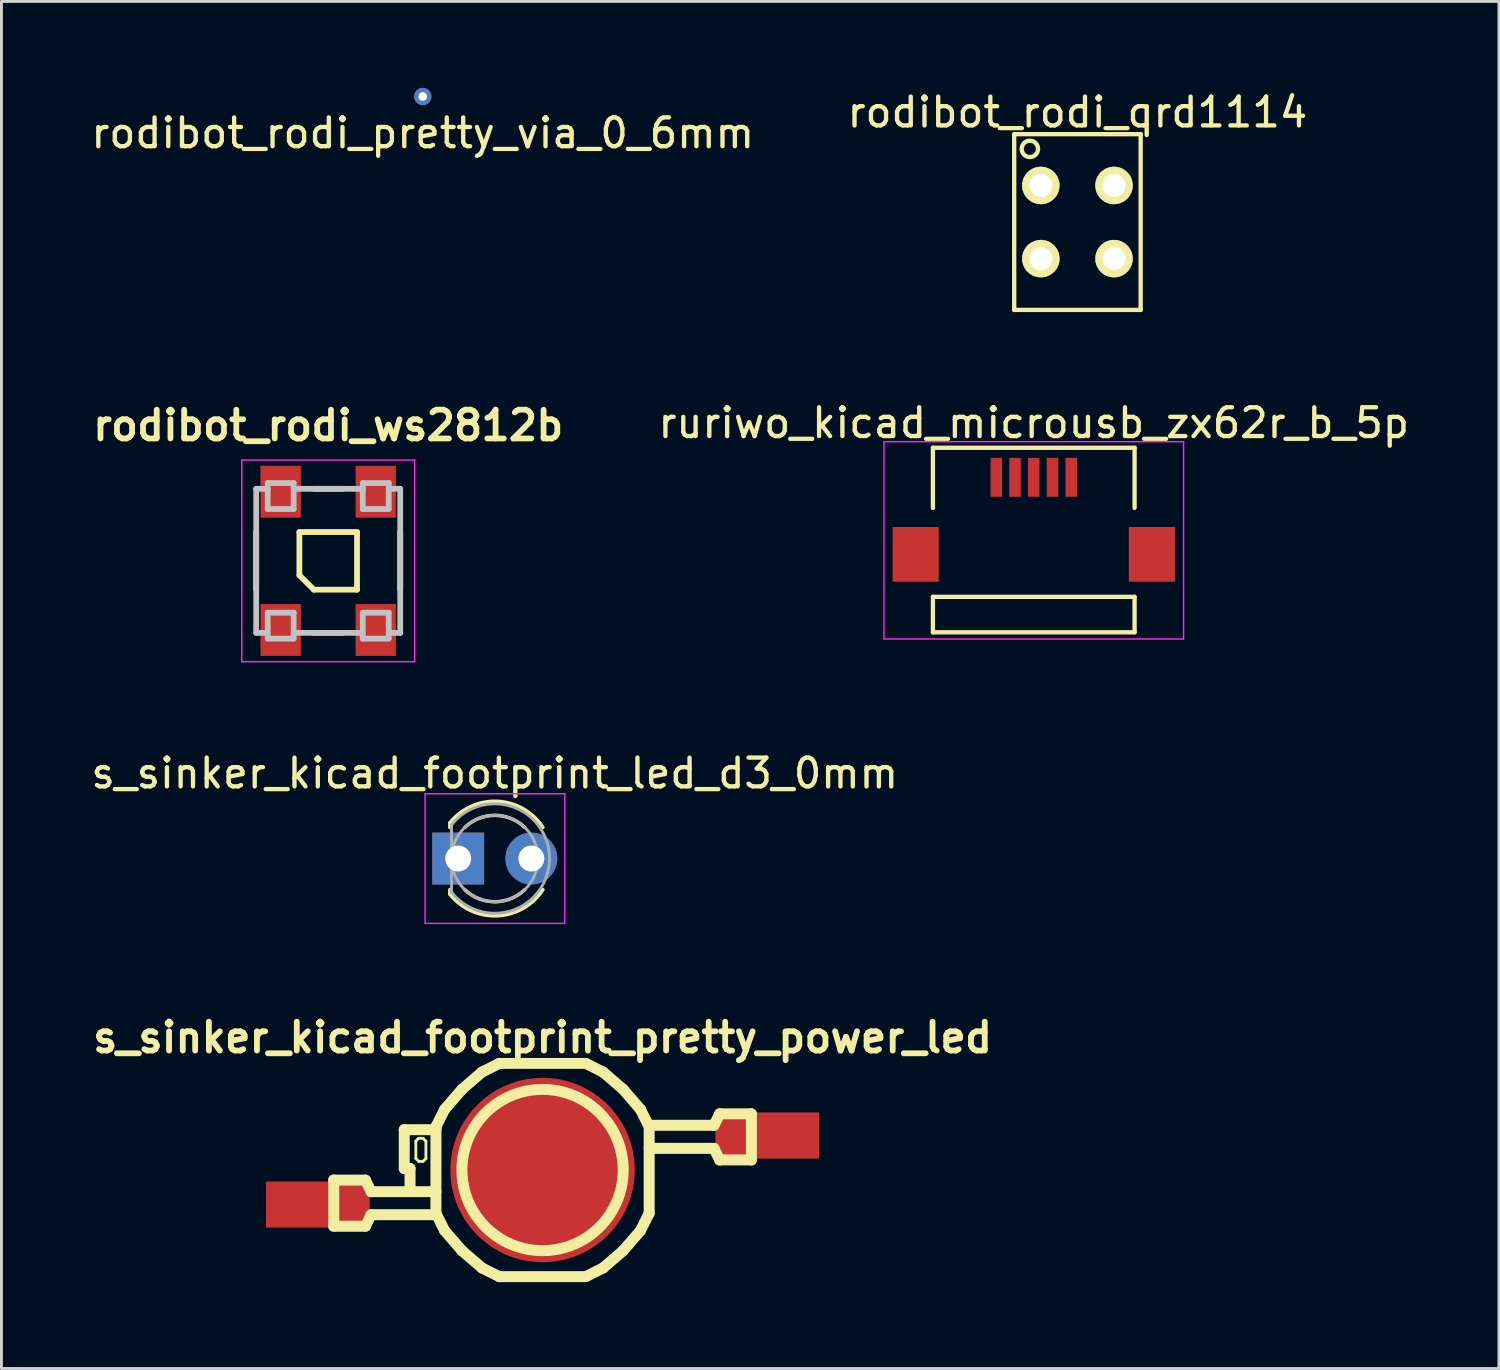
<source format=kicad_pcb>
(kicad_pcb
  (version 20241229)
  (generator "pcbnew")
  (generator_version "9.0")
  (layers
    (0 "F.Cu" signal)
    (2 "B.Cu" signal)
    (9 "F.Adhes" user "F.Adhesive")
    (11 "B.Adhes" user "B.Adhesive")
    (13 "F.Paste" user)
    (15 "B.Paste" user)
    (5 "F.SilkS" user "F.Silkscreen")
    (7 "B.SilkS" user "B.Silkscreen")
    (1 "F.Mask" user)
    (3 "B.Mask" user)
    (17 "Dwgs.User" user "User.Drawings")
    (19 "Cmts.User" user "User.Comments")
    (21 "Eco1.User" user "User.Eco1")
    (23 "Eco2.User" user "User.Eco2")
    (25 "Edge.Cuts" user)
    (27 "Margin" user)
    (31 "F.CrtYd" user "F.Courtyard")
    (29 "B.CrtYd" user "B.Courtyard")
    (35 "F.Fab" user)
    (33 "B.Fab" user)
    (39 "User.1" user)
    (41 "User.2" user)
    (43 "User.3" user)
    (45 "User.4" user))
  (footprint "rodibot_rodi_ws2812b"
    (layer "F.Cu")
    (at 8.343 16.419)
    (property "Reference" "rodibot_rodi_ws2812b" (at 0 -4.7 0) (layer "F.SilkS") (effects (font (size 1 1) (thickness 0.2))))
    (attr through_hole)
    (fp_line (start -2.5 -1) (end -2.5 1) (stroke (width 0.2) (type solid)) (layer "F.SilkS"))
    (fp_line (start -1 -1) (end 1 -1) (stroke (width 0.2) (type solid)) (layer "F.SilkS"))
    (fp_line (start -1 0.5) (end -1 -1) (stroke (width 0.2) (type solid)) (layer "F.SilkS"))
    (fp_line (start -0.5 -2.5) (end 0.5 -2.5) (stroke (width 0.2) (type solid)) (layer "F.SilkS"))
    (fp_line (start -0.5 1) (end -1 0.5) (stroke (width 0.2) (type solid)) (layer "F.SilkS"))
    (fp_line (start -0.5 2.5) (end 0.5 2.5) (stroke (width 0.2) (type solid)) (layer "F.SilkS"))
    (fp_line (start 1 -1) (end 1 1) (stroke (width 0.2) (type solid)) (layer "F.SilkS"))
    (fp_line (start 1 1) (end -0.5 1) (stroke (width 0.2) (type solid)) (layer "F.SilkS"))
    (fp_line (start 2.5 -1) (end 2.5 1) (stroke (width 0.2) (type solid)) (layer "F.SilkS"))
    (fp_line (start -2.5 -2.5) (end -2.1 -2.5) (stroke (width 0.2) (type solid)) (layer "Dwgs.User"))
    (fp_line (start -2.5 2.5) (end -2.1 2.5) (stroke (width 0.2) (type solid)) (layer "Dwgs.User"))
    (fp_line (start -2.499 2.499) (end -2.499 -2.499) (stroke (width 0.2) (type solid)) (layer "Dwgs.User"))
    (fp_line (start -2.1 -2.7) (end -1.2 -2.7) (stroke (width 0.2) (type solid)) (layer "Dwgs.User"))
    (fp_line (start -2.1 -1.8) (end -2.1 -2.7) (stroke (width 0.2) (type solid)) (layer "Dwgs.User"))
    (fp_line (start -2.1 1.8) (end -1.2 1.8) (stroke (width 0.2) (type solid)) (layer "Dwgs.User"))
    (fp_line (start -2.1 2.7) (end -2.1 1.8) (stroke (width 0.2) (type solid)) (layer "Dwgs.User"))
    (fp_line (start -1.2 -2.7) (end -1.2 -1.8) (stroke (width 0.2) (type solid)) (layer "Dwgs.User"))
    (fp_line (start -1.2 -2.5) (end 1.2 -2.5) (stroke (width 0.2) (type solid)) (layer "Dwgs.User"))
    (fp_line (start -1.2 -1.8) (end -2.1 -1.8) (stroke (width 0.2) (type solid)) (layer "Dwgs.User"))
    (fp_line (start -1.2 1.8) (end -1.2 2.7) (stroke (width 0.2) (type solid)) (layer "Dwgs.User"))
    (fp_line (start -1.2 2.5) (end 1.2 2.5) (stroke (width 0.2) (type solid)) (layer "Dwgs.User"))
    (fp_line (start -1.2 2.7) (end -2.1 2.7) (stroke (width 0.2) (type solid)) (layer "Dwgs.User"))
    (fp_line (start 1.2 -2.7) (end 1.2 -1.8) (stroke (width 0.2) (type solid)) (layer "Dwgs.User"))
    (fp_line (start 1.2 -1.8) (end 2.1 -1.8) (stroke (width 0.2) (type solid)) (layer "Dwgs.User"))
    (fp_line (start 1.2 1.8) (end 2.1 1.8) (stroke (width 0.2) (type solid)) (layer "Dwgs.User"))
    (fp_line (start 1.2 2.7) (end 1.2 1.8) (stroke (width 0.2) (type solid)) (layer "Dwgs.User"))
    (fp_line (start 2.1 -2.7) (end 1.2 -2.7) (stroke (width 0.2) (type solid)) (layer "Dwgs.User"))
    (fp_line (start 2.1 -2.5) (end 2.5 -2.5) (stroke (width 0.2) (type solid)) (layer "Dwgs.User"))
    (fp_line (start 2.1 -1.8) (end 2.1 -2.7) (stroke (width 0.2) (type solid)) (layer "Dwgs.User"))
    (fp_line (start 2.1 1.8) (end 2.1 2.7) (stroke (width 0.2) (type solid)) (layer "Dwgs.User"))
    (fp_line (start 2.1 2.5) (end 2.5 2.5) (stroke (width 0.2) (type solid)) (layer "Dwgs.User"))
    (fp_line (start 2.1 2.7) (end 1.2 2.7) (stroke (width 0.2) (type solid)) (layer "Dwgs.User"))
    (fp_line (start 2.5 -2.5) (end 2.5 2.5) (stroke (width 0.2) (type solid)) (layer "Dwgs.User"))
    (fp_line (start -3 -3.5) (end -3 3.5) (stroke (width 0.05) (type solid)) (layer "F.CrtYd"))
    (fp_line (start -3 3.5) (end 3 3.5) (stroke (width 0.05) (type solid)) (layer "F.CrtYd"))
    (fp_line (start 3 -3.5) (end -3 -3.5) (stroke (width 0.05) (type solid)) (layer "F.CrtYd"))
    (fp_line (start 3 3.5) (end 3 -3.5) (stroke (width 0.05) (type solid)) (layer "F.CrtYd"))
    (pad "1" smd rect (at 1.65 -2.4) (size 1.4 1.8) (layers "F.Cu" "F.Mask" "F.Paste"))
    (pad "2" smd rect (at -1.65 -2.4) (size 1.4 1.8) (layers "F.Cu" "F.Mask" "F.Paste"))
    (pad "3" smd rect (at -1.65 2.4) (size 1.4 1.8) (layers "F.Cu" "F.Mask" "F.Paste"))
    (pad "4" smd rect (at 1.65 2.4) (size 1.4 1.8) (layers "F.Cu" "F.Mask" "F.Paste")))
  (footprint "rodibot_rodi_pretty_via_0_6mm"
    (layer "F.Cu")
    (at 11.625 0.3)
    (property "Reference" "rodibot_rodi_pretty_via_0_6mm" (at 0 1.27 0) (layer "F.SilkS") (effects (font (size 1 1) (thickness 0.15))))
    (attr through_hole)
    (pad "1" thru_hole circle (at 0 0) (size 0.6 0.6) (drill 0.3) (layers "*.Cu")))
  (footprint "ruriwo_kicad_microusb_zx62r_b_5p"
    (layer "F.Cu")
    (at 32.835 15.082)
    (property "Reference" "ruriwo_kicad_microusb_zx62r_b_5p" (at 0 -3.45 0) (layer "F.SilkS") (effects (font (size 1 1) (thickness 0.15))))
    (attr smd)
    (fp_line (start -3.5 -2.588) (end -3.5 -0.5) (stroke (width 0.15) (type solid)) (layer "F.SilkS"))
    (fp_line (start -3.5 -2.588) (end 3.5 -2.588) (stroke (width 0.15) (type solid)) (layer "F.SilkS"))
    (fp_line (start -3.5 3.817) (end -3.5 2.587) (stroke (width 0.15) (type solid)) (layer "F.SilkS"))
    (fp_line (start -3.5 3.817) (end 3.5 3.817) (stroke (width 0.15) (type solid)) (layer "F.SilkS"))
    (fp_line (start 3.5 -2.588) (end 3.5 -0.5) (stroke (width 0.15) (type solid)) (layer "F.SilkS"))
    (fp_line (start 3.5 2.587) (end -3.5 2.587) (stroke (width 0.15) (type solid)) (layer "F.SilkS"))
    (fp_line (start 3.5 2.587) (end 3.5 3.817) (stroke (width 0.15) (type solid)) (layer "F.SilkS"))
    (fp_line (start -5.2 -2.8) (end 5.2 -2.8) (stroke (width 0.05) (type solid)) (layer "F.CrtYd"))
    (fp_line (start -5.2 4.05) (end -5.2 -2.8) (stroke (width 0.05) (type solid)) (layer "F.CrtYd"))
    (fp_line (start 5.2 -2.8) (end 5.2 4.05) (stroke (width 0.05) (type solid)) (layer "F.CrtYd"))
    (fp_line (start 5.2 4.05) (end -5.2 4.05) (stroke (width 0.05) (type solid)) (layer "F.CrtYd"))
    (pad "1" smd rect (at 1.301 -1.563 90) (size 1.35 0.4) (layers "F.Cu" "F.Mask" "F.Paste"))
    (pad "2" smd rect (at 0.651 -1.563 90) (size 1.35 0.4) (layers "F.Cu" "F.Mask" "F.Paste"))
    (pad "3" smd rect (at -0.001 -1.563 90) (size 1.35 0.4) (layers "F.Cu" "F.Mask" "F.Paste"))
    (pad "4" smd rect (at -0.649 -1.563 90) (size 1.35 0.4) (layers "F.Cu" "F.Mask" "F.Paste"))
    (pad "5" smd rect (at -1.299 -1.563 90) (size 1.35 0.4) (layers "F.Cu" "F.Mask" "F.Paste"))
    (pad "6" smd rect (at -4.1 1.112 180) (size 1.6 1.9) (layers "F.Cu" "F.Mask" "F.Paste"))
    (pad "6" smd rect (at 4.1 1.112 180) (size 1.6 1.9) (layers "F.Cu" "F.Mask" "F.Paste")))
  (footprint "rodibot_rodi_qrd1114"
    (layer "F.Cu")
    (at 34.351 4.658)
    (property "Reference" "rodibot_rodi_qrd1114" (at 0 -3.81 0) (layer "F.SilkS") (effects (font (size 1 1) (thickness 0.15))))
    (attr through_hole)
    (fp_line (start -2.195 -3.05) (end -2.195 3.05) (stroke (width 0.15) (type solid)) (layer "F.SilkS"))
    (fp_line (start -2.195 -3.05) (end 2.195 -3.05) (stroke (width 0.15) (type solid)) (layer "F.SilkS"))
    (fp_line (start -2.195 3.05) (end 2.195 3.05) (stroke (width 0.15) (type solid)) (layer "F.SilkS"))
    (fp_line (start 2.195 -3.05) (end 2.195 3.05) (stroke (width 0.15) (type solid)) (layer "F.SilkS"))
    (fp_circle (center -1.651 -2.54) (end -1.524 -2.286) (stroke (width 0.15) (type solid)) (fill no) (layer "F.SilkS"))
    (pad "A" thru_hole circle (at 1.27 1.27) (size 1.3 1.3) (drill 0.8) (layers "*.Cu" "*.Mask" "F.SilkS"))
    (pad "C" thru_hole circle (at -1.27 -1.27) (size 1.3 1.3) (drill 0.8) (layers "*.Cu" "*.Mask" "F.SilkS"))
    (pad "E" thru_hole circle (at -1.27 1.27) (size 1.3 1.3) (drill 0.8) (layers "*.Cu" "*.Mask" "F.SilkS"))
    (pad "K" thru_hole circle (at 1.27 -1.27) (size 1.3 1.3) (drill 0.8) (layers "*.Cu" "*.Mask" "F.SilkS")))
  (footprint "s_sinker_kicad_footprint_led_d3_0mm"
    (layer "F.Cu")
    (at 12.855 26.753)
    (property "Reference" "s_sinker_kicad_footprint_led_d3_0mm" (at 1.27 -2.96 0) (layer "F.SilkS") (effects (font (size 1 1) (thickness 0.15))))
    (attr through_hole)
    (fp_line (start -0.29 -1.236) (end -0.29 -1.08) (stroke (width 0.12) (type solid)) (layer "F.SilkS"))
    (fp_line (start -0.29 1.08) (end -0.29 1.236) (stroke (width 0.12) (type solid)) (layer "F.SilkS"))
    (fp_arc (start -0.29 -1.235516) (mid 1.366487 -1.987659) (end 2.942335 -1.078608) (stroke (width 0.12) (type solid)) (layer "F.SilkS"))
    (fp_arc (start 0.229039 -1.08) (mid 1.270117 -1.5) (end 2.31113 -1.079837) (stroke (width 0.12) (type solid)) (layer "F.SilkS"))
    (fp_arc (start 2.31113 1.079837) (mid 1.270117 1.5) (end 0.229039 1.08) (stroke (width 0.12) (type solid)) (layer "F.SilkS"))
    (fp_arc (start 2.942335 1.078608) (mid 1.366487 1.987659) (end -0.29 1.235516) (stroke (width 0.12) (type solid)) (layer "F.SilkS"))
    (fp_line (start -1.15 -2.25) (end -1.15 2.25) (stroke (width 0.05) (type solid)) (layer "F.CrtYd"))
    (fp_line (start -1.15 2.25) (end 3.7 2.25) (stroke (width 0.05) (type solid)) (layer "F.CrtYd"))
    (fp_line (start 3.7 -2.25) (end -1.15 -2.25) (stroke (width 0.05) (type solid)) (layer "F.CrtYd"))
    (fp_line (start 3.7 2.25) (end 3.7 -2.25) (stroke (width 0.05) (type solid)) (layer "F.CrtYd"))
    (fp_line (start -0.23 -1.166) (end -0.23 1.166) (stroke (width 0.1) (type solid)) (layer "F.Fab"))
    (fp_arc (start -0.23 -1.16619) (mid 3.17 0.000452) (end -0.230555 1.165476) (stroke (width 0.1) (type solid)) (layer "F.Fab"))
    (fp_circle (center 1.27 0) (end 2.77 0) (stroke (width 0.1) (type solid)) (fill no) (layer "F.Fab"))
    (pad "1" thru_hole rect (at 0 0) (size 1.8 1.8) (drill 0.9) (layers "*.Cu" "*.Mask"))
    (pad "2" thru_hole circle (at 2.54 0) (size 1.8 1.8) (drill 0.9) (layers "*.Cu" "*.Mask")))
  (footprint "s_sinker_kicad_footprint_pretty_power_led"
    (layer "F.Cu")
    (at 15.784 37.565)
    (property "Reference" "s_sinker_kicad_footprint_pretty_power_led" (at 0 -4.6 0) (layer "F.SilkS") (effects (font (size 1.001 1.001) (thickness 0.201))))
    (attr through_hole)
    (fp_line (start -7.249 0.351) (end -6.149 0.351) (stroke (width 0.381) (type solid)) (layer "F.SilkS"))
    (fp_line (start -7.249 1.948) (end -7.249 0.348) (stroke (width 0.381) (type solid)) (layer "F.SilkS"))
    (fp_line (start -7.249 1.951) (end -6.149 1.951) (stroke (width 0.381) (type solid)) (layer "F.SilkS"))
    (fp_line (start -5.951 0.752) (end -6.149 0.351) (stroke (width 0.381) (type solid)) (layer "F.SilkS"))
    (fp_line (start -5.951 0.752) (end -3.701 0.752) (stroke (width 0.381) (type solid)) (layer "F.SilkS"))
    (fp_line (start -5.951 1.552) (end -6.149 1.951) (stroke (width 0.381) (type solid)) (layer "F.SilkS"))
    (fp_line (start -5.951 1.552) (end -3.701 1.552) (stroke (width 0.381) (type solid)) (layer "F.SilkS"))
    (fp_line (start -4.801 -1.4) (end -4.801 -0.051) (stroke (width 0.381) (type solid)) (layer "F.SilkS"))
    (fp_line (start -4.801 -0.051) (end -4.6 -0.051) (stroke (width 0.381) (type solid)) (layer "F.SilkS"))
    (fp_line (start -4.6 -0.051) (end -4.6 0.701) (stroke (width 0.381) (type solid)) (layer "F.SilkS"))
    (fp_line (start -4.399 -1.001) (end -4.399 -0.399) (stroke (width 0.099) (type solid)) (layer "F.SilkS"))
    (fp_line (start -4.399 -0.399) (end -4.3 -0.3) (stroke (width 0.099) (type solid)) (layer "F.SilkS"))
    (fp_line (start -4.3 -1.1) (end -4.399 -1.001) (stroke (width 0.099) (type solid)) (layer "F.SilkS"))
    (fp_line (start -4.3 -0.3) (end -4.15 -0.3) (stroke (width 0.099) (type solid)) (layer "F.SilkS"))
    (fp_line (start -4.15 -1.1) (end -4.3 -1.1) (stroke (width 0.099) (type solid)) (layer "F.SilkS"))
    (fp_line (start -4.15 -0.3) (end -4.049 -0.399) (stroke (width 0.099) (type solid)) (layer "F.SilkS"))
    (fp_line (start -4.049 -1.001) (end -4.15 -1.1) (stroke (width 0.099) (type solid)) (layer "F.SilkS"))
    (fp_line (start -4.049 -0.399) (end -4.049 -1.001) (stroke (width 0.099) (type solid)) (layer "F.SilkS"))
    (fp_line (start -3.701 -1.501) (end -3.401 -2.101) (stroke (width 0.381) (type solid)) (layer "F.SilkS"))
    (fp_line (start -3.701 -1.4) (end -4.801 -1.4) (stroke (width 0.381) (type solid)) (layer "F.SilkS"))
    (fp_line (start -3.701 1.501) (end -3.701 -1.501) (stroke (width 0.381) (type solid)) (layer "F.SilkS"))
    (fp_line (start -3.701 1.501) (end -3.401 2.101) (stroke (width 0.381) (type solid)) (layer "F.SilkS"))
    (fp_line (start -3.401 -2.101) (end -2.799 -2.799) (stroke (width 0.381) (type solid)) (layer "F.SilkS"))
    (fp_line (start -2.799 -2.799) (end -2.101 -3.401) (stroke (width 0.381) (type solid)) (layer "F.SilkS"))
    (fp_line (start -2.799 2.799) (end -3.401 2.101) (stroke (width 0.381) (type solid)) (layer "F.SilkS"))
    (fp_line (start -2.101 -3.401) (end -1.501 -3.701) (stroke (width 0.381) (type solid)) (layer "F.SilkS"))
    (fp_line (start -2.101 3.401) (end -2.799 2.799) (stroke (width 0.381) (type solid)) (layer "F.SilkS"))
    (fp_line (start -1.501 -3.701) (end 1.501 -3.701) (stroke (width 0.381) (type solid)) (layer "F.SilkS"))
    (fp_line (start -1.501 3.701) (end -2.101 3.401) (stroke (width 0.381) (type solid)) (layer "F.SilkS"))
    (fp_line (start 1.501 -3.701) (end 2.101 -3.401) (stroke (width 0.381) (type solid)) (layer "F.SilkS"))
    (fp_line (start 1.501 3.701) (end -1.501 3.701) (stroke (width 0.381) (type solid)) (layer "F.SilkS"))
    (fp_line (start 1.501 3.701) (end 2.101 3.401) (stroke (width 0.381) (type solid)) (layer "F.SilkS"))
    (fp_line (start 2.101 -3.401) (end 2.799 -2.799) (stroke (width 0.381) (type solid)) (layer "F.SilkS"))
    (fp_line (start 2.799 -2.799) (end 3.401 -2.101) (stroke (width 0.381) (type solid)) (layer "F.SilkS"))
    (fp_line (start 2.799 2.799) (end 2.101 3.401) (stroke (width 0.381) (type solid)) (layer "F.SilkS"))
    (fp_line (start 3.401 2.101) (end 2.799 2.799) (stroke (width 0.381) (type solid)) (layer "F.SilkS"))
    (fp_line (start 3.701 -1.552) (end 5.951 -1.552) (stroke (width 0.381) (type solid)) (layer "F.SilkS"))
    (fp_line (start 3.701 -1.501) (end 3.401 -2.101) (stroke (width 0.381) (type solid)) (layer "F.SilkS"))
    (fp_line (start 3.701 -1.501) (end 3.701 1.501) (stroke (width 0.381) (type solid)) (layer "F.SilkS"))
    (fp_line (start 3.701 1.501) (end 3.401 2.101) (stroke (width 0.381) (type solid)) (layer "F.SilkS"))
    (fp_line (start 5.951 -0.752) (end 3.701 -0.752) (stroke (width 0.381) (type solid)) (layer "F.SilkS"))
    (fp_line (start 5.951 -0.749) (end 6.149 -0.348) (stroke (width 0.381) (type solid)) (layer "F.SilkS"))
    (fp_line (start 6.149 -1.951) (end 5.951 -1.552) (stroke (width 0.381) (type solid)) (layer "F.SilkS"))
    (fp_line (start 6.149 -0.351) (end 7.249 -0.351) (stroke (width 0.381) (type solid)) (layer "F.SilkS"))
    (fp_line (start 7.249 -1.951) (end 6.149 -1.951) (stroke (width 0.381) (type solid)) (layer "F.SilkS"))
    (fp_line (start 7.249 -0.348) (end 7.249 -1.948) (stroke (width 0.381) (type solid)) (layer "F.SilkS"))
    (fp_circle (center 0 0) (end -2.799 0) (stroke (width 0.381) (type solid)) (fill no) (layer "F.SilkS"))
    (pad "" smd circle (at 0 0) (size 6.401 6.401) (layers "F.Cu" "F.Mask" "F.Paste"))
    (pad "1" smd rect (at -7.8 1.199) (size 3.599 1.6) (layers "F.Cu" "F.Mask" "F.Paste"))
    (pad "2" smd rect (at 7.8 -1.199) (size 3.599 1.6) (layers "F.Cu" "F.Mask" "F.Paste")))
  (gr_rect
    (start -3 -3)
    (end 48.983 44.456)
    (stroke (width 0.1) (type default))
    (fill no)
    (layer "Edge.Cuts")))
</source>
